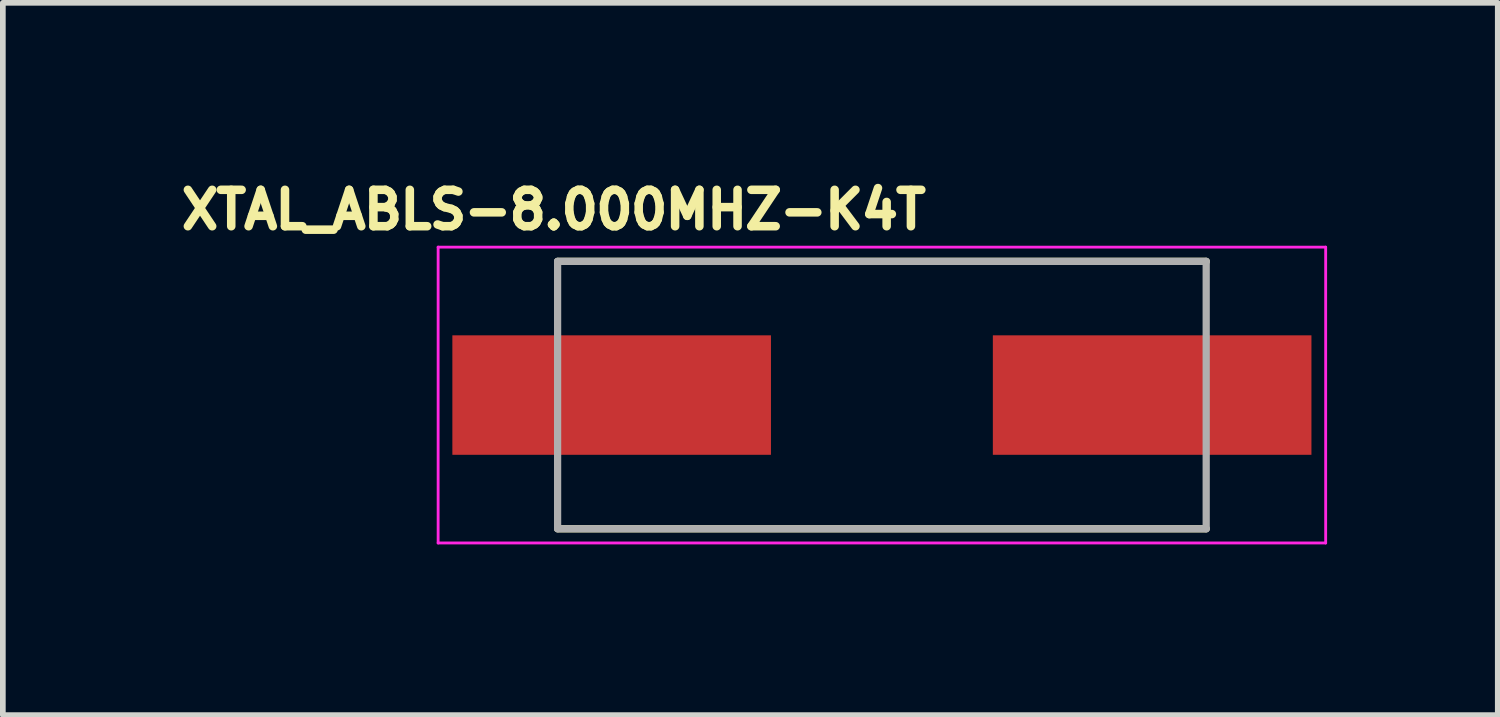
<source format=kicad_pcb>
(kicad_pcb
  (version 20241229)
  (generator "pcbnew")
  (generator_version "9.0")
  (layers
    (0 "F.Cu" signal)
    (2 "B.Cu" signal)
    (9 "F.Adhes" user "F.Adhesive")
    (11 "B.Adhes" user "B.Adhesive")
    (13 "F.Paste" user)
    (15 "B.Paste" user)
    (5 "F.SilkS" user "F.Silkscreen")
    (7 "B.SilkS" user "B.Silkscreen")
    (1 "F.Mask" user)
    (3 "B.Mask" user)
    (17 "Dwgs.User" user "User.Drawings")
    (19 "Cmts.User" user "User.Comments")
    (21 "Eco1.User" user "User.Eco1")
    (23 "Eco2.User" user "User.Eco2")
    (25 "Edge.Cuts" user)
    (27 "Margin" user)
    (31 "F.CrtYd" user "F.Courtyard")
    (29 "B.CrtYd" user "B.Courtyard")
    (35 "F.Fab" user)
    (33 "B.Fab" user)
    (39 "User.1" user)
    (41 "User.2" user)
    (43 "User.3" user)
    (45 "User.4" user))
  (footprint "XTAL_ABLS-8.000MHZ-K4T"
    (layer "F.Cu")
    (at 12.451 3.894)
    (property "Reference" "XTAL_ABLS-8.000MHZ-K4T" (at -5.768 -3.256 0) (layer "F.SilkS") (effects (font (size 0.64 0.64) (thickness 0.15))))
    (attr smd)
    (fp_line (start -5.7 -2.35) (end 5.7 -2.35) (stroke (width 0.127) (type solid)) (layer "F.SilkS"))
    (fp_line (start -5.7 2.35) (end 5.7 2.35) (stroke (width 0.127) (type solid)) (layer "F.SilkS"))
    (fp_line (start -7.8 -2.6) (end -7.8 2.6) (stroke (width 0.05) (type solid)) (layer "F.CrtYd"))
    (fp_line (start -7.8 2.6) (end 7.8 2.6) (stroke (width 0.05) (type solid)) (layer "F.CrtYd"))
    (fp_line (start 7.8 -2.6) (end -7.8 -2.6) (stroke (width 0.05) (type solid)) (layer "F.CrtYd"))
    (fp_line (start 7.8 2.6) (end 7.8 -2.6) (stroke (width 0.05) (type solid)) (layer "F.CrtYd"))
    (fp_line (start -5.7 -2.35) (end -5.7 2.35) (stroke (width 0.127) (type solid)) (layer "F.Fab"))
    (fp_line (start -5.7 -2.35) (end 5.7 -2.35) (stroke (width 0.127) (type solid)) (layer "F.Fab"))
    (fp_line (start -5.7 2.35) (end 5.7 2.35) (stroke (width 0.127) (type solid)) (layer "F.Fab"))
    (fp_line (start 5.7 -2.35) (end 5.7 2.35) (stroke (width 0.127) (type solid)) (layer "F.Fab"))
    (pad "1" smd rect (at -4.75 0) (size 5.6 2.1) (layers "F.Cu" "F.Mask" "F.Paste"))
    (pad "2" smd rect (at 4.75 0) (size 5.6 2.1) (layers "F.Cu" "F.Mask" "F.Paste")))
  (gr_rect
    (start -3 -3)
    (end 23.276 9.519)
    (stroke (width 0.1) (type default))
    (fill no)
    (layer "Edge.Cuts")))
</source>
